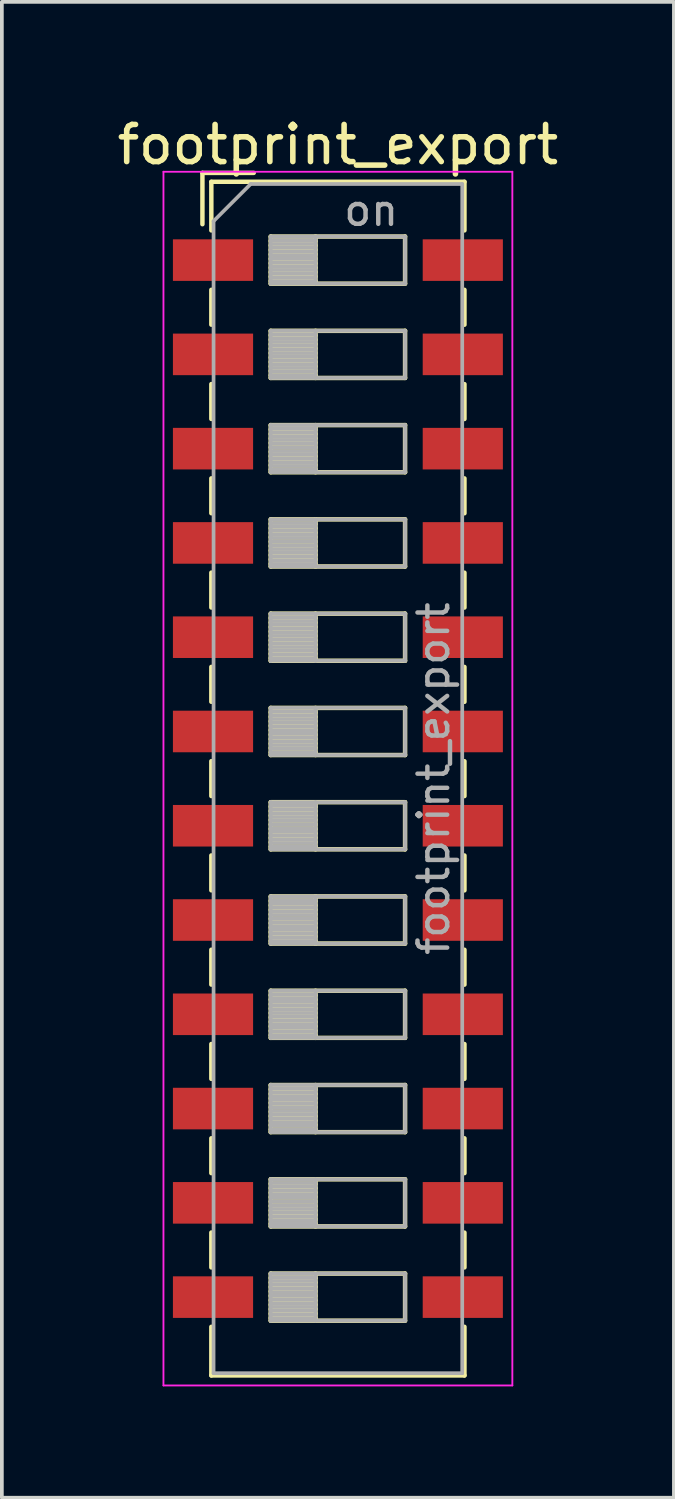
<source format=kicad_pcb>
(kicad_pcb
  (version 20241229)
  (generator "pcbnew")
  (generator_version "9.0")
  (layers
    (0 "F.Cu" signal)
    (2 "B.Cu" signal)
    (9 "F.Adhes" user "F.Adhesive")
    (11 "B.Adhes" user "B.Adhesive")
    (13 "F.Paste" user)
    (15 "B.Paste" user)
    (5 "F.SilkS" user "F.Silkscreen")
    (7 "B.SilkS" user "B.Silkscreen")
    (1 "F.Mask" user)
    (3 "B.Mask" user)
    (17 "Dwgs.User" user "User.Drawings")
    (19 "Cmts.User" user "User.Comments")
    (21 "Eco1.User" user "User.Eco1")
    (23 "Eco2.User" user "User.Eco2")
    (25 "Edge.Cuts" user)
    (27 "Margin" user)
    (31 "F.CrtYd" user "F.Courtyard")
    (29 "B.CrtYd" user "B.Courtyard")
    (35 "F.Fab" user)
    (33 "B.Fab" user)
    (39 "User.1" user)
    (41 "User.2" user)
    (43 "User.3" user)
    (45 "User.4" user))
  (footprint "footprint_export"
    (layer "F.Cu")
    (at 6.054 17.928)
    (property "Reference" "footprint_export" (at 0 -17.08 0) (layer "F.SilkS") (effects (font (size 1 1) (thickness 0.15))))
    (attr smd)
    (fp_line (start -3.65 -16.32) (end -3.65 -14.937) (stroke (width 0.12) (type solid)) (layer "F.SilkS"))
    (fp_line (start -3.65 -16.32) (end -2.267 -16.32) (stroke (width 0.12) (type solid)) (layer "F.SilkS"))
    (fp_line (start -3.41 -16.08) (end -3.41 -14.77) (stroke (width 0.12) (type solid)) (layer "F.SilkS"))
    (fp_line (start -3.41 -16.08) (end 3.41 -16.08) (stroke (width 0.12) (type solid)) (layer "F.SilkS"))
    (fp_line (start -3.41 -13.17) (end -3.41 -12.23) (stroke (width 0.12) (type solid)) (layer "F.SilkS"))
    (fp_line (start -3.41 -10.63) (end -3.41 -9.69) (stroke (width 0.12) (type solid)) (layer "F.SilkS"))
    (fp_line (start -3.41 -8.09) (end -3.41 -7.15) (stroke (width 0.12) (type solid)) (layer "F.SilkS"))
    (fp_line (start -3.41 -5.55) (end -3.41 -4.61) (stroke (width 0.12) (type solid)) (layer "F.SilkS"))
    (fp_line (start -3.41 -3.01) (end -3.41 -2.07) (stroke (width 0.12) (type solid)) (layer "F.SilkS"))
    (fp_line (start -3.41 -0.47) (end -3.41 0.47) (stroke (width 0.12) (type solid)) (layer "F.SilkS"))
    (fp_line (start -3.41 2.07) (end -3.41 3.01) (stroke (width 0.12) (type solid)) (layer "F.SilkS"))
    (fp_line (start -3.41 4.61) (end -3.41 5.55) (stroke (width 0.12) (type solid)) (layer "F.SilkS"))
    (fp_line (start -3.41 7.15) (end -3.41 8.09) (stroke (width 0.12) (type solid)) (layer "F.SilkS"))
    (fp_line (start -3.41 9.69) (end -3.41 10.63) (stroke (width 0.12) (type solid)) (layer "F.SilkS"))
    (fp_line (start -3.41 12.23) (end -3.41 13.17) (stroke (width 0.12) (type solid)) (layer "F.SilkS"))
    (fp_line (start -3.41 14.77) (end -3.41 16.08) (stroke (width 0.12) (type solid)) (layer "F.SilkS"))
    (fp_line (start -3.41 16.08) (end 3.41 16.08) (stroke (width 0.12) (type solid)) (layer "F.SilkS"))
    (fp_line (start -1.81 -14.605) (end -1.81 -13.335) (stroke (width 0.12) (type solid)) (layer "F.SilkS"))
    (fp_line (start -1.81 -14.485) (end -0.603 -14.485) (stroke (width 0.12) (type solid)) (layer "F.SilkS"))
    (fp_line (start -1.81 -14.365) (end -0.603 -14.365) (stroke (width 0.12) (type solid)) (layer "F.SilkS"))
    (fp_line (start -1.81 -14.245) (end -0.603 -14.245) (stroke (width 0.12) (type solid)) (layer "F.SilkS"))
    (fp_line (start -1.81 -14.125) (end -0.603 -14.125) (stroke (width 0.12) (type solid)) (layer "F.SilkS"))
    (fp_line (start -1.81 -14.005) (end -0.603 -14.005) (stroke (width 0.12) (type solid)) (layer "F.SilkS"))
    (fp_line (start -1.81 -13.885) (end -0.603 -13.885) (stroke (width 0.12) (type solid)) (layer "F.SilkS"))
    (fp_line (start -1.81 -13.765) (end -0.603 -13.765) (stroke (width 0.12) (type solid)) (layer "F.SilkS"))
    (fp_line (start -1.81 -13.645) (end -0.603 -13.645) (stroke (width 0.12) (type solid)) (layer "F.SilkS"))
    (fp_line (start -1.81 -13.525) (end -0.603 -13.525) (stroke (width 0.12) (type solid)) (layer "F.SilkS"))
    (fp_line (start -1.81 -13.405) (end -0.603 -13.405) (stroke (width 0.12) (type solid)) (layer "F.SilkS"))
    (fp_line (start -1.81 -13.335) (end 1.81 -13.335) (stroke (width 0.12) (type solid)) (layer "F.SilkS"))
    (fp_line (start -1.81 -12.065) (end -1.81 -10.795) (stroke (width 0.12) (type solid)) (layer "F.SilkS"))
    (fp_line (start -1.81 -11.945) (end -0.603 -11.945) (stroke (width 0.12) (type solid)) (layer "F.SilkS"))
    (fp_line (start -1.81 -11.825) (end -0.603 -11.825) (stroke (width 0.12) (type solid)) (layer "F.SilkS"))
    (fp_line (start -1.81 -11.705) (end -0.603 -11.705) (stroke (width 0.12) (type solid)) (layer "F.SilkS"))
    (fp_line (start -1.81 -11.585) (end -0.603 -11.585) (stroke (width 0.12) (type solid)) (layer "F.SilkS"))
    (fp_line (start -1.81 -11.465) (end -0.603 -11.465) (stroke (width 0.12) (type solid)) (layer "F.SilkS"))
    (fp_line (start -1.81 -11.345) (end -0.603 -11.345) (stroke (width 0.12) (type solid)) (layer "F.SilkS"))
    (fp_line (start -1.81 -11.225) (end -0.603 -11.225) (stroke (width 0.12) (type solid)) (layer "F.SilkS"))
    (fp_line (start -1.81 -11.105) (end -0.603 -11.105) (stroke (width 0.12) (type solid)) (layer "F.SilkS"))
    (fp_line (start -1.81 -10.985) (end -0.603 -10.985) (stroke (width 0.12) (type solid)) (layer "F.SilkS"))
    (fp_line (start -1.81 -10.865) (end -0.603 -10.865) (stroke (width 0.12) (type solid)) (layer "F.SilkS"))
    (fp_line (start -1.81 -10.795) (end 1.81 -10.795) (stroke (width 0.12) (type solid)) (layer "F.SilkS"))
    (fp_line (start -1.81 -9.525) (end -1.81 -8.255) (stroke (width 0.12) (type solid)) (layer "F.SilkS"))
    (fp_line (start -1.81 -9.405) (end -0.603 -9.405) (stroke (width 0.12) (type solid)) (layer "F.SilkS"))
    (fp_line (start -1.81 -9.285) (end -0.603 -9.285) (stroke (width 0.12) (type solid)) (layer "F.SilkS"))
    (fp_line (start -1.81 -9.165) (end -0.603 -9.165) (stroke (width 0.12) (type solid)) (layer "F.SilkS"))
    (fp_line (start -1.81 -9.045) (end -0.603 -9.045) (stroke (width 0.12) (type solid)) (layer "F.SilkS"))
    (fp_line (start -1.81 -8.925) (end -0.603 -8.925) (stroke (width 0.12) (type solid)) (layer "F.SilkS"))
    (fp_line (start -1.81 -8.805) (end -0.603 -8.805) (stroke (width 0.12) (type solid)) (layer "F.SilkS"))
    (fp_line (start -1.81 -8.685) (end -0.603 -8.685) (stroke (width 0.12) (type solid)) (layer "F.SilkS"))
    (fp_line (start -1.81 -8.565) (end -0.603 -8.565) (stroke (width 0.12) (type solid)) (layer "F.SilkS"))
    (fp_line (start -1.81 -8.445) (end -0.603 -8.445) (stroke (width 0.12) (type solid)) (layer "F.SilkS"))
    (fp_line (start -1.81 -8.325) (end -0.603 -8.325) (stroke (width 0.12) (type solid)) (layer "F.SilkS"))
    (fp_line (start -1.81 -8.255) (end 1.81 -8.255) (stroke (width 0.12) (type solid)) (layer "F.SilkS"))
    (fp_line (start -1.81 -6.985) (end -1.81 -5.715) (stroke (width 0.12) (type solid)) (layer "F.SilkS"))
    (fp_line (start -1.81 -6.865) (end -0.603 -6.865) (stroke (width 0.12) (type solid)) (layer "F.SilkS"))
    (fp_line (start -1.81 -6.745) (end -0.603 -6.745) (stroke (width 0.12) (type solid)) (layer "F.SilkS"))
    (fp_line (start -1.81 -6.625) (end -0.603 -6.625) (stroke (width 0.12) (type solid)) (layer "F.SilkS"))
    (fp_line (start -1.81 -6.505) (end -0.603 -6.505) (stroke (width 0.12) (type solid)) (layer "F.SilkS"))
    (fp_line (start -1.81 -6.385) (end -0.603 -6.385) (stroke (width 0.12) (type solid)) (layer "F.SilkS"))
    (fp_line (start -1.81 -6.265) (end -0.603 -6.265) (stroke (width 0.12) (type solid)) (layer "F.SilkS"))
    (fp_line (start -1.81 -6.145) (end -0.603 -6.145) (stroke (width 0.12) (type solid)) (layer "F.SilkS"))
    (fp_line (start -1.81 -6.025) (end -0.603 -6.025) (stroke (width 0.12) (type solid)) (layer "F.SilkS"))
    (fp_line (start -1.81 -5.905) (end -0.603 -5.905) (stroke (width 0.12) (type solid)) (layer "F.SilkS"))
    (fp_line (start -1.81 -5.785) (end -0.603 -5.785) (stroke (width 0.12) (type solid)) (layer "F.SilkS"))
    (fp_line (start -1.81 -5.715) (end 1.81 -5.715) (stroke (width 0.12) (type solid)) (layer "F.SilkS"))
    (fp_line (start -1.81 -4.445) (end -1.81 -3.175) (stroke (width 0.12) (type solid)) (layer "F.SilkS"))
    (fp_line (start -1.81 -4.325) (end -0.603 -4.325) (stroke (width 0.12) (type solid)) (layer "F.SilkS"))
    (fp_line (start -1.81 -4.205) (end -0.603 -4.205) (stroke (width 0.12) (type solid)) (layer "F.SilkS"))
    (fp_line (start -1.81 -4.085) (end -0.603 -4.085) (stroke (width 0.12) (type solid)) (layer "F.SilkS"))
    (fp_line (start -1.81 -3.965) (end -0.603 -3.965) (stroke (width 0.12) (type solid)) (layer "F.SilkS"))
    (fp_line (start -1.81 -3.845) (end -0.603 -3.845) (stroke (width 0.12) (type solid)) (layer "F.SilkS"))
    (fp_line (start -1.81 -3.725) (end -0.603 -3.725) (stroke (width 0.12) (type solid)) (layer "F.SilkS"))
    (fp_line (start -1.81 -3.605) (end -0.603 -3.605) (stroke (width 0.12) (type solid)) (layer "F.SilkS"))
    (fp_line (start -1.81 -3.485) (end -0.603 -3.485) (stroke (width 0.12) (type solid)) (layer "F.SilkS"))
    (fp_line (start -1.81 -3.365) (end -0.603 -3.365) (stroke (width 0.12) (type solid)) (layer "F.SilkS"))
    (fp_line (start -1.81 -3.245) (end -0.603 -3.245) (stroke (width 0.12) (type solid)) (layer "F.SilkS"))
    (fp_line (start -1.81 -3.175) (end 1.81 -3.175) (stroke (width 0.12) (type solid)) (layer "F.SilkS"))
    (fp_line (start -1.81 -1.905) (end -1.81 -0.635) (stroke (width 0.12) (type solid)) (layer "F.SilkS"))
    (fp_line (start -1.81 -1.785) (end -0.603 -1.785) (stroke (width 0.12) (type solid)) (layer "F.SilkS"))
    (fp_line (start -1.81 -1.665) (end -0.603 -1.665) (stroke (width 0.12) (type solid)) (layer "F.SilkS"))
    (fp_line (start -1.81 -1.545) (end -0.603 -1.545) (stroke (width 0.12) (type solid)) (layer "F.SilkS"))
    (fp_line (start -1.81 -1.425) (end -0.603 -1.425) (stroke (width 0.12) (type solid)) (layer "F.SilkS"))
    (fp_line (start -1.81 -1.305) (end -0.603 -1.305) (stroke (width 0.12) (type solid)) (layer "F.SilkS"))
    (fp_line (start -1.81 -1.185) (end -0.603 -1.185) (stroke (width 0.12) (type solid)) (layer "F.SilkS"))
    (fp_line (start -1.81 -1.065) (end -0.603 -1.065) (stroke (width 0.12) (type solid)) (layer "F.SilkS"))
    (fp_line (start -1.81 -0.945) (end -0.603 -0.945) (stroke (width 0.12) (type solid)) (layer "F.SilkS"))
    (fp_line (start -1.81 -0.825) (end -0.603 -0.825) (stroke (width 0.12) (type solid)) (layer "F.SilkS"))
    (fp_line (start -1.81 -0.705) (end -0.603 -0.705) (stroke (width 0.12) (type solid)) (layer "F.SilkS"))
    (fp_line (start -1.81 -0.635) (end 1.81 -0.635) (stroke (width 0.12) (type solid)) (layer "F.SilkS"))
    (fp_line (start -1.81 0.635) (end -1.81 1.905) (stroke (width 0.12) (type solid)) (layer "F.SilkS"))
    (fp_line (start -1.81 0.755) (end -0.603 0.755) (stroke (width 0.12) (type solid)) (layer "F.SilkS"))
    (fp_line (start -1.81 0.875) (end -0.603 0.875) (stroke (width 0.12) (type solid)) (layer "F.SilkS"))
    (fp_line (start -1.81 0.995) (end -0.603 0.995) (stroke (width 0.12) (type solid)) (layer "F.SilkS"))
    (fp_line (start -1.81 1.115) (end -0.603 1.115) (stroke (width 0.12) (type solid)) (layer "F.SilkS"))
    (fp_line (start -1.81 1.235) (end -0.603 1.235) (stroke (width 0.12) (type solid)) (layer "F.SilkS"))
    (fp_line (start -1.81 1.355) (end -0.603 1.355) (stroke (width 0.12) (type solid)) (layer "F.SilkS"))
    (fp_line (start -1.81 1.475) (end -0.603 1.475) (stroke (width 0.12) (type solid)) (layer "F.SilkS"))
    (fp_line (start -1.81 1.595) (end -0.603 1.595) (stroke (width 0.12) (type solid)) (layer "F.SilkS"))
    (fp_line (start -1.81 1.715) (end -0.603 1.715) (stroke (width 0.12) (type solid)) (layer "F.SilkS"))
    (fp_line (start -1.81 1.835) (end -0.603 1.835) (stroke (width 0.12) (type solid)) (layer "F.SilkS"))
    (fp_line (start -1.81 1.905) (end 1.81 1.905) (stroke (width 0.12) (type solid)) (layer "F.SilkS"))
    (fp_line (start -1.81 3.175) (end -1.81 4.445) (stroke (width 0.12) (type solid)) (layer "F.SilkS"))
    (fp_line (start -1.81 3.295) (end -0.603 3.295) (stroke (width 0.12) (type solid)) (layer "F.SilkS"))
    (fp_line (start -1.81 3.415) (end -0.603 3.415) (stroke (width 0.12) (type solid)) (layer "F.SilkS"))
    (fp_line (start -1.81 3.535) (end -0.603 3.535) (stroke (width 0.12) (type solid)) (layer "F.SilkS"))
    (fp_line (start -1.81 3.655) (end -0.603 3.655) (stroke (width 0.12) (type solid)) (layer "F.SilkS"))
    (fp_line (start -1.81 3.775) (end -0.603 3.775) (stroke (width 0.12) (type solid)) (layer "F.SilkS"))
    (fp_line (start -1.81 3.895) (end -0.603 3.895) (stroke (width 0.12) (type solid)) (layer "F.SilkS"))
    (fp_line (start -1.81 4.015) (end -0.603 4.015) (stroke (width 0.12) (type solid)) (layer "F.SilkS"))
    (fp_line (start -1.81 4.135) (end -0.603 4.135) (stroke (width 0.12) (type solid)) (layer "F.SilkS"))
    (fp_line (start -1.81 4.255) (end -0.603 4.255) (stroke (width 0.12) (type solid)) (layer "F.SilkS"))
    (fp_line (start -1.81 4.375) (end -0.603 4.375) (stroke (width 0.12) (type solid)) (layer "F.SilkS"))
    (fp_line (start -1.81 4.445) (end 1.81 4.445) (stroke (width 0.12) (type solid)) (layer "F.SilkS"))
    (fp_line (start -1.81 5.715) (end -1.81 6.985) (stroke (width 0.12) (type solid)) (layer "F.SilkS"))
    (fp_line (start -1.81 5.835) (end -0.603 5.835) (stroke (width 0.12) (type solid)) (layer "F.SilkS"))
    (fp_line (start -1.81 5.955) (end -0.603 5.955) (stroke (width 0.12) (type solid)) (layer "F.SilkS"))
    (fp_line (start -1.81 6.075) (end -0.603 6.075) (stroke (width 0.12) (type solid)) (layer "F.SilkS"))
    (fp_line (start -1.81 6.195) (end -0.603 6.195) (stroke (width 0.12) (type solid)) (layer "F.SilkS"))
    (fp_line (start -1.81 6.315) (end -0.603 6.315) (stroke (width 0.12) (type solid)) (layer "F.SilkS"))
    (fp_line (start -1.81 6.435) (end -0.603 6.435) (stroke (width 0.12) (type solid)) (layer "F.SilkS"))
    (fp_line (start -1.81 6.555) (end -0.603 6.555) (stroke (width 0.12) (type solid)) (layer "F.SilkS"))
    (fp_line (start -1.81 6.675) (end -0.603 6.675) (stroke (width 0.12) (type solid)) (layer "F.SilkS"))
    (fp_line (start -1.81 6.795) (end -0.603 6.795) (stroke (width 0.12) (type solid)) (layer "F.SilkS"))
    (fp_line (start -1.81 6.915) (end -0.603 6.915) (stroke (width 0.12) (type solid)) (layer "F.SilkS"))
    (fp_line (start -1.81 6.985) (end 1.81 6.985) (stroke (width 0.12) (type solid)) (layer "F.SilkS"))
    (fp_line (start -1.81 8.255) (end -1.81 9.525) (stroke (width 0.12) (type solid)) (layer "F.SilkS"))
    (fp_line (start -1.81 8.375) (end -0.603 8.375) (stroke (width 0.12) (type solid)) (layer "F.SilkS"))
    (fp_line (start -1.81 8.495) (end -0.603 8.495) (stroke (width 0.12) (type solid)) (layer "F.SilkS"))
    (fp_line (start -1.81 8.615) (end -0.603 8.615) (stroke (width 0.12) (type solid)) (layer "F.SilkS"))
    (fp_line (start -1.81 8.735) (end -0.603 8.735) (stroke (width 0.12) (type solid)) (layer "F.SilkS"))
    (fp_line (start -1.81 8.855) (end -0.603 8.855) (stroke (width 0.12) (type solid)) (layer "F.SilkS"))
    (fp_line (start -1.81 8.975) (end -0.603 8.975) (stroke (width 0.12) (type solid)) (layer "F.SilkS"))
    (fp_line (start -1.81 9.095) (end -0.603 9.095) (stroke (width 0.12) (type solid)) (layer "F.SilkS"))
    (fp_line (start -1.81 9.215) (end -0.603 9.215) (stroke (width 0.12) (type solid)) (layer "F.SilkS"))
    (fp_line (start -1.81 9.335) (end -0.603 9.335) (stroke (width 0.12) (type solid)) (layer "F.SilkS"))
    (fp_line (start -1.81 9.455) (end -0.603 9.455) (stroke (width 0.12) (type solid)) (layer "F.SilkS"))
    (fp_line (start -1.81 9.525) (end 1.81 9.525) (stroke (width 0.12) (type solid)) (layer "F.SilkS"))
    (fp_line (start -1.81 10.795) (end -1.81 12.065) (stroke (width 0.12) (type solid)) (layer "F.SilkS"))
    (fp_line (start -1.81 10.915) (end -0.603 10.915) (stroke (width 0.12) (type solid)) (layer "F.SilkS"))
    (fp_line (start -1.81 11.035) (end -0.603 11.035) (stroke (width 0.12) (type solid)) (layer "F.SilkS"))
    (fp_line (start -1.81 11.155) (end -0.603 11.155) (stroke (width 0.12) (type solid)) (layer "F.SilkS"))
    (fp_line (start -1.81 11.275) (end -0.603 11.275) (stroke (width 0.12) (type solid)) (layer "F.SilkS"))
    (fp_line (start -1.81 11.395) (end -0.603 11.395) (stroke (width 0.12) (type solid)) (layer "F.SilkS"))
    (fp_line (start -1.81 11.515) (end -0.603 11.515) (stroke (width 0.12) (type solid)) (layer "F.SilkS"))
    (fp_line (start -1.81 11.635) (end -0.603 11.635) (stroke (width 0.12) (type solid)) (layer "F.SilkS"))
    (fp_line (start -1.81 11.755) (end -0.603 11.755) (stroke (width 0.12) (type solid)) (layer "F.SilkS"))
    (fp_line (start -1.81 11.875) (end -0.603 11.875) (stroke (width 0.12) (type solid)) (layer "F.SilkS"))
    (fp_line (start -1.81 11.995) (end -0.603 11.995) (stroke (width 0.12) (type solid)) (layer "F.SilkS"))
    (fp_line (start -1.81 12.065) (end 1.81 12.065) (stroke (width 0.12) (type solid)) (layer "F.SilkS"))
    (fp_line (start -1.81 13.335) (end -1.81 14.605) (stroke (width 0.12) (type solid)) (layer "F.SilkS"))
    (fp_line (start -1.81 13.455) (end -0.603 13.455) (stroke (width 0.12) (type solid)) (layer "F.SilkS"))
    (fp_line (start -1.81 13.575) (end -0.603 13.575) (stroke (width 0.12) (type solid)) (layer "F.SilkS"))
    (fp_line (start -1.81 13.695) (end -0.603 13.695) (stroke (width 0.12) (type solid)) (layer "F.SilkS"))
    (fp_line (start -1.81 13.815) (end -0.603 13.815) (stroke (width 0.12) (type solid)) (layer "F.SilkS"))
    (fp_line (start -1.81 13.935) (end -0.603 13.935) (stroke (width 0.12) (type solid)) (layer "F.SilkS"))
    (fp_line (start -1.81 14.055) (end -0.603 14.055) (stroke (width 0.12) (type solid)) (layer "F.SilkS"))
    (fp_line (start -1.81 14.175) (end -0.603 14.175) (stroke (width 0.12) (type solid)) (layer "F.SilkS"))
    (fp_line (start -1.81 14.295) (end -0.603 14.295) (stroke (width 0.12) (type solid)) (layer "F.SilkS"))
    (fp_line (start -1.81 14.415) (end -0.603 14.415) (stroke (width 0.12) (type solid)) (layer "F.SilkS"))
    (fp_line (start -1.81 14.535) (end -0.603 14.535) (stroke (width 0.12) (type solid)) (layer "F.SilkS"))
    (fp_line (start -1.81 14.605) (end 1.81 14.605) (stroke (width 0.12) (type solid)) (layer "F.SilkS"))
    (fp_line (start -0.603 -14.605) (end -0.603 -13.335) (stroke (width 0.12) (type solid)) (layer "F.SilkS"))
    (fp_line (start -0.603 -12.065) (end -0.603 -10.795) (stroke (width 0.12) (type solid)) (layer "F.SilkS"))
    (fp_line (start -0.603 -9.525) (end -0.603 -8.255) (stroke (width 0.12) (type solid)) (layer "F.SilkS"))
    (fp_line (start -0.603 -6.985) (end -0.603 -5.715) (stroke (width 0.12) (type solid)) (layer "F.SilkS"))
    (fp_line (start -0.603 -4.445) (end -0.603 -3.175) (stroke (width 0.12) (type solid)) (layer "F.SilkS"))
    (fp_line (start -0.603 -1.905) (end -0.603 -0.635) (stroke (width 0.12) (type solid)) (layer "F.SilkS"))
    (fp_line (start -0.603 0.635) (end -0.603 1.905) (stroke (width 0.12) (type solid)) (layer "F.SilkS"))
    (fp_line (start -0.603 3.175) (end -0.603 4.445) (stroke (width 0.12) (type solid)) (layer "F.SilkS"))
    (fp_line (start -0.603 5.715) (end -0.603 6.985) (stroke (width 0.12) (type solid)) (layer "F.SilkS"))
    (fp_line (start -0.603 8.255) (end -0.603 9.525) (stroke (width 0.12) (type solid)) (layer "F.SilkS"))
    (fp_line (start -0.603 10.795) (end -0.603 12.065) (stroke (width 0.12) (type solid)) (layer "F.SilkS"))
    (fp_line (start -0.603 13.335) (end -0.603 14.605) (stroke (width 0.12) (type solid)) (layer "F.SilkS"))
    (fp_line (start 1.81 -14.605) (end -1.81 -14.605) (stroke (width 0.12) (type solid)) (layer "F.SilkS"))
    (fp_line (start 1.81 -13.335) (end 1.81 -14.605) (stroke (width 0.12) (type solid)) (layer "F.SilkS"))
    (fp_line (start 1.81 -12.065) (end -1.81 -12.065) (stroke (width 0.12) (type solid)) (layer "F.SilkS"))
    (fp_line (start 1.81 -10.795) (end 1.81 -12.065) (stroke (width 0.12) (type solid)) (layer "F.SilkS"))
    (fp_line (start 1.81 -9.525) (end -1.81 -9.525) (stroke (width 0.12) (type solid)) (layer "F.SilkS"))
    (fp_line (start 1.81 -8.255) (end 1.81 -9.525) (stroke (width 0.12) (type solid)) (layer "F.SilkS"))
    (fp_line (start 1.81 -6.985) (end -1.81 -6.985) (stroke (width 0.12) (type solid)) (layer "F.SilkS"))
    (fp_line (start 1.81 -5.715) (end 1.81 -6.985) (stroke (width 0.12) (type solid)) (layer "F.SilkS"))
    (fp_line (start 1.81 -4.445) (end -1.81 -4.445) (stroke (width 0.12) (type solid)) (layer "F.SilkS"))
    (fp_line (start 1.81 -3.175) (end 1.81 -4.445) (stroke (width 0.12) (type solid)) (layer "F.SilkS"))
    (fp_line (start 1.81 -1.905) (end -1.81 -1.905) (stroke (width 0.12) (type solid)) (layer "F.SilkS"))
    (fp_line (start 1.81 -0.635) (end 1.81 -1.905) (stroke (width 0.12) (type solid)) (layer "F.SilkS"))
    (fp_line (start 1.81 0.635) (end -1.81 0.635) (stroke (width 0.12) (type solid)) (layer "F.SilkS"))
    (fp_line (start 1.81 1.905) (end 1.81 0.635) (stroke (width 0.12) (type solid)) (layer "F.SilkS"))
    (fp_line (start 1.81 3.175) (end -1.81 3.175) (stroke (width 0.12) (type solid)) (layer "F.SilkS"))
    (fp_line (start 1.81 4.445) (end 1.81 3.175) (stroke (width 0.12) (type solid)) (layer "F.SilkS"))
    (fp_line (start 1.81 5.715) (end -1.81 5.715) (stroke (width 0.12) (type solid)) (layer "F.SilkS"))
    (fp_line (start 1.81 6.985) (end 1.81 5.715) (stroke (width 0.12) (type solid)) (layer "F.SilkS"))
    (fp_line (start 1.81 8.255) (end -1.81 8.255) (stroke (width 0.12) (type solid)) (layer "F.SilkS"))
    (fp_line (start 1.81 9.525) (end 1.81 8.255) (stroke (width 0.12) (type solid)) (layer "F.SilkS"))
    (fp_line (start 1.81 10.795) (end -1.81 10.795) (stroke (width 0.12) (type solid)) (layer "F.SilkS"))
    (fp_line (start 1.81 12.065) (end 1.81 10.795) (stroke (width 0.12) (type solid)) (layer "F.SilkS"))
    (fp_line (start 1.81 13.335) (end -1.81 13.335) (stroke (width 0.12) (type solid)) (layer "F.SilkS"))
    (fp_line (start 1.81 14.605) (end 1.81 13.335) (stroke (width 0.12) (type solid)) (layer "F.SilkS"))
    (fp_line (start 3.41 -16.08) (end 3.41 -14.77) (stroke (width 0.12) (type solid)) (layer "F.SilkS"))
    (fp_line (start 3.41 -13.169) (end 3.41 -12.229) (stroke (width 0.12) (type solid)) (layer "F.SilkS"))
    (fp_line (start 3.41 -10.629) (end 3.41 -9.689) (stroke (width 0.12) (type solid)) (layer "F.SilkS"))
    (fp_line (start 3.41 -8.089) (end 3.41 -7.149) (stroke (width 0.12) (type solid)) (layer "F.SilkS"))
    (fp_line (start 3.41 -5.549) (end 3.41 -4.609) (stroke (width 0.12) (type solid)) (layer "F.SilkS"))
    (fp_line (start 3.41 -3.009) (end 3.41 -2.069) (stroke (width 0.12) (type solid)) (layer "F.SilkS"))
    (fp_line (start 3.41 -0.469) (end 3.41 0.471) (stroke (width 0.12) (type solid)) (layer "F.SilkS"))
    (fp_line (start 3.41 2.071) (end 3.41 3.011) (stroke (width 0.12) (type solid)) (layer "F.SilkS"))
    (fp_line (start 3.41 4.611) (end 3.41 5.551) (stroke (width 0.12) (type solid)) (layer "F.SilkS"))
    (fp_line (start 3.41 7.151) (end 3.41 8.09) (stroke (width 0.12) (type solid)) (layer "F.SilkS"))
    (fp_line (start 3.41 9.691) (end 3.41 10.63) (stroke (width 0.12) (type solid)) (layer "F.SilkS"))
    (fp_line (start 3.41 12.231) (end 3.41 13.17) (stroke (width 0.12) (type solid)) (layer "F.SilkS"))
    (fp_line (start 3.41 14.77) (end 3.41 16.08) (stroke (width 0.12) (type solid)) (layer "F.SilkS"))
    (fp_line (start -4.7 -16.35) (end -4.7 16.35) (stroke (width 0.05) (type solid)) (layer "F.CrtYd"))
    (fp_line (start -4.7 16.35) (end 4.7 16.35) (stroke (width 0.05) (type solid)) (layer "F.CrtYd"))
    (fp_line (start 4.7 -16.35) (end -4.7 -16.35) (stroke (width 0.05) (type solid)) (layer "F.CrtYd"))
    (fp_line (start 4.7 16.35) (end 4.7 -16.35) (stroke (width 0.05) (type solid)) (layer "F.CrtYd"))
    (fp_line (start -3.35 -15.02) (end -2.35 -16.02) (stroke (width 0.1) (type solid)) (layer "F.Fab"))
    (fp_line (start -3.35 16.02) (end -3.35 -15.02) (stroke (width 0.1) (type solid)) (layer "F.Fab"))
    (fp_line (start -2.35 -16.02) (end 3.35 -16.02) (stroke (width 0.1) (type solid)) (layer "F.Fab"))
    (fp_line (start -1.81 -14.605) (end -1.81 -13.335) (stroke (width 0.1) (type solid)) (layer "F.Fab"))
    (fp_line (start -1.81 -14.505) (end -0.603 -14.505) (stroke (width 0.1) (type solid)) (layer "F.Fab"))
    (fp_line (start -1.81 -14.405) (end -0.603 -14.405) (stroke (width 0.1) (type solid)) (layer "F.Fab"))
    (fp_line (start -1.81 -14.305) (end -0.603 -14.305) (stroke (width 0.1) (type solid)) (layer "F.Fab"))
    (fp_line (start -1.81 -14.205) (end -0.603 -14.205) (stroke (width 0.1) (type solid)) (layer "F.Fab"))
    (fp_line (start -1.81 -14.105) (end -0.603 -14.105) (stroke (width 0.1) (type solid)) (layer "F.Fab"))
    (fp_line (start -1.81 -14.005) (end -0.603 -14.005) (stroke (width 0.1) (type solid)) (layer "F.Fab"))
    (fp_line (start -1.81 -13.905) (end -0.603 -13.905) (stroke (width 0.1) (type solid)) (layer "F.Fab"))
    (fp_line (start -1.81 -13.805) (end -0.603 -13.805) (stroke (width 0.1) (type solid)) (layer "F.Fab"))
    (fp_line (start -1.81 -13.705) (end -0.603 -13.705) (stroke (width 0.1) (type solid)) (layer "F.Fab"))
    (fp_line (start -1.81 -13.605) (end -0.603 -13.605) (stroke (width 0.1) (type solid)) (layer "F.Fab"))
    (fp_line (start -1.81 -13.505) (end -0.603 -13.505) (stroke (width 0.1) (type solid)) (layer "F.Fab"))
    (fp_line (start -1.81 -13.405) (end -0.603 -13.405) (stroke (width 0.1) (type solid)) (layer "F.Fab"))
    (fp_line (start -1.81 -13.335) (end 1.81 -13.335) (stroke (width 0.1) (type solid)) (layer "F.Fab"))
    (fp_line (start -1.81 -12.065) (end -1.81 -10.795) (stroke (width 0.1) (type solid)) (layer "F.Fab"))
    (fp_line (start -1.81 -11.965) (end -0.603 -11.965) (stroke (width 0.1) (type solid)) (layer "F.Fab"))
    (fp_line (start -1.81 -11.865) (end -0.603 -11.865) (stroke (width 0.1) (type solid)) (layer "F.Fab"))
    (fp_line (start -1.81 -11.765) (end -0.603 -11.765) (stroke (width 0.1) (type solid)) (layer "F.Fab"))
    (fp_line (start -1.81 -11.665) (end -0.603 -11.665) (stroke (width 0.1) (type solid)) (layer "F.Fab"))
    (fp_line (start -1.81 -11.565) (end -0.603 -11.565) (stroke (width 0.1) (type solid)) (layer "F.Fab"))
    (fp_line (start -1.81 -11.465) (end -0.603 -11.465) (stroke (width 0.1) (type solid)) (layer "F.Fab"))
    (fp_line (start -1.81 -11.365) (end -0.603 -11.365) (stroke (width 0.1) (type solid)) (layer "F.Fab"))
    (fp_line (start -1.81 -11.265) (end -0.603 -11.265) (stroke (width 0.1) (type solid)) (layer "F.Fab"))
    (fp_line (start -1.81 -11.165) (end -0.603 -11.165) (stroke (width 0.1) (type solid)) (layer "F.Fab"))
    (fp_line (start -1.81 -11.065) (end -0.603 -11.065) (stroke (width 0.1) (type solid)) (layer "F.Fab"))
    (fp_line (start -1.81 -10.965) (end -0.603 -10.965) (stroke (width 0.1) (type solid)) (layer "F.Fab"))
    (fp_line (start -1.81 -10.865) (end -0.603 -10.865) (stroke (width 0.1) (type solid)) (layer "F.Fab"))
    (fp_line (start -1.81 -10.795) (end 1.81 -10.795) (stroke (width 0.1) (type solid)) (layer "F.Fab"))
    (fp_line (start -1.81 -9.525) (end -1.81 -8.255) (stroke (width 0.1) (type solid)) (layer "F.Fab"))
    (fp_line (start -1.81 -9.425) (end -0.603 -9.425) (stroke (width 0.1) (type solid)) (layer "F.Fab"))
    (fp_line (start -1.81 -9.325) (end -0.603 -9.325) (stroke (width 0.1) (type solid)) (layer "F.Fab"))
    (fp_line (start -1.81 -9.225) (end -0.603 -9.225) (stroke (width 0.1) (type solid)) (layer "F.Fab"))
    (fp_line (start -1.81 -9.125) (end -0.603 -9.125) (stroke (width 0.1) (type solid)) (layer "F.Fab"))
    (fp_line (start -1.81 -9.025) (end -0.603 -9.025) (stroke (width 0.1) (type solid)) (layer "F.Fab"))
    (fp_line (start -1.81 -8.925) (end -0.603 -8.925) (stroke (width 0.1) (type solid)) (layer "F.Fab"))
    (fp_line (start -1.81 -8.825) (end -0.603 -8.825) (stroke (width 0.1) (type solid)) (layer "F.Fab"))
    (fp_line (start -1.81 -8.725) (end -0.603 -8.725) (stroke (width 0.1) (type solid)) (layer "F.Fab"))
    (fp_line (start -1.81 -8.625) (end -0.603 -8.625) (stroke (width 0.1) (type solid)) (layer "F.Fab"))
    (fp_line (start -1.81 -8.525) (end -0.603 -8.525) (stroke (width 0.1) (type solid)) (layer "F.Fab"))
    (fp_line (start -1.81 -8.425) (end -0.603 -8.425) (stroke (width 0.1) (type solid)) (layer "F.Fab"))
    (fp_line (start -1.81 -8.325) (end -0.603 -8.325) (stroke (width 0.1) (type solid)) (layer "F.Fab"))
    (fp_line (start -1.81 -8.255) (end 1.81 -8.255) (stroke (width 0.1) (type solid)) (layer "F.Fab"))
    (fp_line (start -1.81 -6.985) (end -1.81 -5.715) (stroke (width 0.1) (type solid)) (layer "F.Fab"))
    (fp_line (start -1.81 -6.885) (end -0.603 -6.885) (stroke (width 0.1) (type solid)) (layer "F.Fab"))
    (fp_line (start -1.81 -6.785) (end -0.603 -6.785) (stroke (width 0.1) (type solid)) (layer "F.Fab"))
    (fp_line (start -1.81 -6.685) (end -0.603 -6.685) (stroke (width 0.1) (type solid)) (layer "F.Fab"))
    (fp_line (start -1.81 -6.585) (end -0.603 -6.585) (stroke (width 0.1) (type solid)) (layer "F.Fab"))
    (fp_line (start -1.81 -6.485) (end -0.603 -6.485) (stroke (width 0.1) (type solid)) (layer "F.Fab"))
    (fp_line (start -1.81 -6.385) (end -0.603 -6.385) (stroke (width 0.1) (type solid)) (layer "F.Fab"))
    (fp_line (start -1.81 -6.285) (end -0.603 -6.285) (stroke (width 0.1) (type solid)) (layer "F.Fab"))
    (fp_line (start -1.81 -6.185) (end -0.603 -6.185) (stroke (width 0.1) (type solid)) (layer "F.Fab"))
    (fp_line (start -1.81 -6.085) (end -0.603 -6.085) (stroke (width 0.1) (type solid)) (layer "F.Fab"))
    (fp_line (start -1.81 -5.985) (end -0.603 -5.985) (stroke (width 0.1) (type solid)) (layer "F.Fab"))
    (fp_line (start -1.81 -5.885) (end -0.603 -5.885) (stroke (width 0.1) (type solid)) (layer "F.Fab"))
    (fp_line (start -1.81 -5.785) (end -0.603 -5.785) (stroke (width 0.1) (type solid)) (layer "F.Fab"))
    (fp_line (start -1.81 -5.715) (end 1.81 -5.715) (stroke (width 0.1) (type solid)) (layer "F.Fab"))
    (fp_line (start -1.81 -4.445) (end -1.81 -3.175) (stroke (width 0.1) (type solid)) (layer "F.Fab"))
    (fp_line (start -1.81 -4.345) (end -0.603 -4.345) (stroke (width 0.1) (type solid)) (layer "F.Fab"))
    (fp_line (start -1.81 -4.245) (end -0.603 -4.245) (stroke (width 0.1) (type solid)) (layer "F.Fab"))
    (fp_line (start -1.81 -4.145) (end -0.603 -4.145) (stroke (width 0.1) (type solid)) (layer "F.Fab"))
    (fp_line (start -1.81 -4.045) (end -0.603 -4.045) (stroke (width 0.1) (type solid)) (layer "F.Fab"))
    (fp_line (start -1.81 -3.945) (end -0.603 -3.945) (stroke (width 0.1) (type solid)) (layer "F.Fab"))
    (fp_line (start -1.81 -3.845) (end -0.603 -3.845) (stroke (width 0.1) (type solid)) (layer "F.Fab"))
    (fp_line (start -1.81 -3.745) (end -0.603 -3.745) (stroke (width 0.1) (type solid)) (layer "F.Fab"))
    (fp_line (start -1.81 -3.645) (end -0.603 -3.645) (stroke (width 0.1) (type solid)) (layer "F.Fab"))
    (fp_line (start -1.81 -3.545) (end -0.603 -3.545) (stroke (width 0.1) (type solid)) (layer "F.Fab"))
    (fp_line (start -1.81 -3.445) (end -0.603 -3.445) (stroke (width 0.1) (type solid)) (layer "F.Fab"))
    (fp_line (start -1.81 -3.345) (end -0.603 -3.345) (stroke (width 0.1) (type solid)) (layer "F.Fab"))
    (fp_line (start -1.81 -3.245) (end -0.603 -3.245) (stroke (width 0.1) (type solid)) (layer "F.Fab"))
    (fp_line (start -1.81 -3.175) (end 1.81 -3.175) (stroke (width 0.1) (type solid)) (layer "F.Fab"))
    (fp_line (start -1.81 -1.905) (end -1.81 -0.635) (stroke (width 0.1) (type solid)) (layer "F.Fab"))
    (fp_line (start -1.81 -1.805) (end -0.603 -1.805) (stroke (width 0.1) (type solid)) (layer "F.Fab"))
    (fp_line (start -1.81 -1.705) (end -0.603 -1.705) (stroke (width 0.1) (type solid)) (layer "F.Fab"))
    (fp_line (start -1.81 -1.605) (end -0.603 -1.605) (stroke (width 0.1) (type solid)) (layer "F.Fab"))
    (fp_line (start -1.81 -1.505) (end -0.603 -1.505) (stroke (width 0.1) (type solid)) (layer "F.Fab"))
    (fp_line (start -1.81 -1.405) (end -0.603 -1.405) (stroke (width 0.1) (type solid)) (layer "F.Fab"))
    (fp_line (start -1.81 -1.305) (end -0.603 -1.305) (stroke (width 0.1) (type solid)) (layer "F.Fab"))
    (fp_line (start -1.81 -1.205) (end -0.603 -1.205) (stroke (width 0.1) (type solid)) (layer "F.Fab"))
    (fp_line (start -1.81 -1.105) (end -0.603 -1.105) (stroke (width 0.1) (type solid)) (layer "F.Fab"))
    (fp_line (start -1.81 -1.005) (end -0.603 -1.005) (stroke (width 0.1) (type solid)) (layer "F.Fab"))
    (fp_line (start -1.81 -0.905) (end -0.603 -0.905) (stroke (width 0.1) (type solid)) (layer "F.Fab"))
    (fp_line (start -1.81 -0.805) (end -0.603 -0.805) (stroke (width 0.1) (type solid)) (layer "F.Fab"))
    (fp_line (start -1.81 -0.705) (end -0.603 -0.705) (stroke (width 0.1) (type solid)) (layer "F.Fab"))
    (fp_line (start -1.81 -0.635) (end 1.81 -0.635) (stroke (width 0.1) (type solid)) (layer "F.Fab"))
    (fp_line (start -1.81 0.635) (end -1.81 1.905) (stroke (width 0.1) (type solid)) (layer "F.Fab"))
    (fp_line (start -1.81 0.735) (end -0.603 0.735) (stroke (width 0.1) (type solid)) (layer "F.Fab"))
    (fp_line (start -1.81 0.835) (end -0.603 0.835) (stroke (width 0.1) (type solid)) (layer "F.Fab"))
    (fp_line (start -1.81 0.935) (end -0.603 0.935) (stroke (width 0.1) (type solid)) (layer "F.Fab"))
    (fp_line (start -1.81 1.035) (end -0.603 1.035) (stroke (width 0.1) (type solid)) (layer "F.Fab"))
    (fp_line (start -1.81 1.135) (end -0.603 1.135) (stroke (width 0.1) (type solid)) (layer "F.Fab"))
    (fp_line (start -1.81 1.235) (end -0.603 1.235) (stroke (width 0.1) (type solid)) (layer "F.Fab"))
    (fp_line (start -1.81 1.335) (end -0.603 1.335) (stroke (width 0.1) (type solid)) (layer "F.Fab"))
    (fp_line (start -1.81 1.435) (end -0.603 1.435) (stroke (width 0.1) (type solid)) (layer "F.Fab"))
    (fp_line (start -1.81 1.535) (end -0.603 1.535) (stroke (width 0.1) (type solid)) (layer "F.Fab"))
    (fp_line (start -1.81 1.635) (end -0.603 1.635) (stroke (width 0.1) (type solid)) (layer "F.Fab"))
    (fp_line (start -1.81 1.735) (end -0.603 1.735) (stroke (width 0.1) (type solid)) (layer "F.Fab"))
    (fp_line (start -1.81 1.835) (end -0.603 1.835) (stroke (width 0.1) (type solid)) (layer "F.Fab"))
    (fp_line (start -1.81 1.905) (end 1.81 1.905) (stroke (width 0.1) (type solid)) (layer "F.Fab"))
    (fp_line (start -1.81 3.175) (end -1.81 4.445) (stroke (width 0.1) (type solid)) (layer "F.Fab"))
    (fp_line (start -1.81 3.275) (end -0.603 3.275) (stroke (width 0.1) (type solid)) (layer "F.Fab"))
    (fp_line (start -1.81 3.375) (end -0.603 3.375) (stroke (width 0.1) (type solid)) (layer "F.Fab"))
    (fp_line (start -1.81 3.475) (end -0.603 3.475) (stroke (width 0.1) (type solid)) (layer "F.Fab"))
    (fp_line (start -1.81 3.575) (end -0.603 3.575) (stroke (width 0.1) (type solid)) (layer "F.Fab"))
    (fp_line (start -1.81 3.675) (end -0.603 3.675) (stroke (width 0.1) (type solid)) (layer "F.Fab"))
    (fp_line (start -1.81 3.775) (end -0.603 3.775) (stroke (width 0.1) (type solid)) (layer "F.Fab"))
    (fp_line (start -1.81 3.875) (end -0.603 3.875) (stroke (width 0.1) (type solid)) (layer "F.Fab"))
    (fp_line (start -1.81 3.975) (end -0.603 3.975) (stroke (width 0.1) (type solid)) (layer "F.Fab"))
    (fp_line (start -1.81 4.075) (end -0.603 4.075) (stroke (width 0.1) (type solid)) (layer "F.Fab"))
    (fp_line (start -1.81 4.175) (end -0.603 4.175) (stroke (width 0.1) (type solid)) (layer "F.Fab"))
    (fp_line (start -1.81 4.275) (end -0.603 4.275) (stroke (width 0.1) (type solid)) (layer "F.Fab"))
    (fp_line (start -1.81 4.375) (end -0.603 4.375) (stroke (width 0.1) (type solid)) (layer "F.Fab"))
    (fp_line (start -1.81 4.445) (end 1.81 4.445) (stroke (width 0.1) (type solid)) (layer "F.Fab"))
    (fp_line (start -1.81 5.715) (end -1.81 6.985) (stroke (width 0.1) (type solid)) (layer "F.Fab"))
    (fp_line (start -1.81 5.815) (end -0.603 5.815) (stroke (width 0.1) (type solid)) (layer "F.Fab"))
    (fp_line (start -1.81 5.915) (end -0.603 5.915) (stroke (width 0.1) (type solid)) (layer "F.Fab"))
    (fp_line (start -1.81 6.015) (end -0.603 6.015) (stroke (width 0.1) (type solid)) (layer "F.Fab"))
    (fp_line (start -1.81 6.115) (end -0.603 6.115) (stroke (width 0.1) (type solid)) (layer "F.Fab"))
    (fp_line (start -1.81 6.215) (end -0.603 6.215) (stroke (width 0.1) (type solid)) (layer "F.Fab"))
    (fp_line (start -1.81 6.315) (end -0.603 6.315) (stroke (width 0.1) (type solid)) (layer "F.Fab"))
    (fp_line (start -1.81 6.415) (end -0.603 6.415) (stroke (width 0.1) (type solid)) (layer "F.Fab"))
    (fp_line (start -1.81 6.515) (end -0.603 6.515) (stroke (width 0.1) (type solid)) (layer "F.Fab"))
    (fp_line (start -1.81 6.615) (end -0.603 6.615) (stroke (width 0.1) (type solid)) (layer "F.Fab"))
    (fp_line (start -1.81 6.715) (end -0.603 6.715) (stroke (width 0.1) (type solid)) (layer "F.Fab"))
    (fp_line (start -1.81 6.815) (end -0.603 6.815) (stroke (width 0.1) (type solid)) (layer "F.Fab"))
    (fp_line (start -1.81 6.915) (end -0.603 6.915) (stroke (width 0.1) (type solid)) (layer "F.Fab"))
    (fp_line (start -1.81 6.985) (end 1.81 6.985) (stroke (width 0.1) (type solid)) (layer "F.Fab"))
    (fp_line (start -1.81 8.255) (end -1.81 9.525) (stroke (width 0.1) (type solid)) (layer "F.Fab"))
    (fp_line (start -1.81 8.355) (end -0.603 8.355) (stroke (width 0.1) (type solid)) (layer "F.Fab"))
    (fp_line (start -1.81 8.455) (end -0.603 8.455) (stroke (width 0.1) (type solid)) (layer "F.Fab"))
    (fp_line (start -1.81 8.555) (end -0.603 8.555) (stroke (width 0.1) (type solid)) (layer "F.Fab"))
    (fp_line (start -1.81 8.655) (end -0.603 8.655) (stroke (width 0.1) (type solid)) (layer "F.Fab"))
    (fp_line (start -1.81 8.755) (end -0.603 8.755) (stroke (width 0.1) (type solid)) (layer "F.Fab"))
    (fp_line (start -1.81 8.855) (end -0.603 8.855) (stroke (width 0.1) (type solid)) (layer "F.Fab"))
    (fp_line (start -1.81 8.955) (end -0.603 8.955) (stroke (width 0.1) (type solid)) (layer "F.Fab"))
    (fp_line (start -1.81 9.055) (end -0.603 9.055) (stroke (width 0.1) (type solid)) (layer "F.Fab"))
    (fp_line (start -1.81 9.155) (end -0.603 9.155) (stroke (width 0.1) (type solid)) (layer "F.Fab"))
    (fp_line (start -1.81 9.255) (end -0.603 9.255) (stroke (width 0.1) (type solid)) (layer "F.Fab"))
    (fp_line (start -1.81 9.355) (end -0.603 9.355) (stroke (width 0.1) (type solid)) (layer "F.Fab"))
    (fp_line (start -1.81 9.455) (end -0.603 9.455) (stroke (width 0.1) (type solid)) (layer "F.Fab"))
    (fp_line (start -1.81 9.525) (end 1.81 9.525) (stroke (width 0.1) (type solid)) (layer "F.Fab"))
    (fp_line (start -1.81 10.795) (end -1.81 12.065) (stroke (width 0.1) (type solid)) (layer "F.Fab"))
    (fp_line (start -1.81 10.895) (end -0.603 10.895) (stroke (width 0.1) (type solid)) (layer "F.Fab"))
    (fp_line (start -1.81 10.995) (end -0.603 10.995) (stroke (width 0.1) (type solid)) (layer "F.Fab"))
    (fp_line (start -1.81 11.095) (end -0.603 11.095) (stroke (width 0.1) (type solid)) (layer "F.Fab"))
    (fp_line (start -1.81 11.195) (end -0.603 11.195) (stroke (width 0.1) (type solid)) (layer "F.Fab"))
    (fp_line (start -1.81 11.295) (end -0.603 11.295) (stroke (width 0.1) (type solid)) (layer "F.Fab"))
    (fp_line (start -1.81 11.395) (end -0.603 11.395) (stroke (width 0.1) (type solid)) (layer "F.Fab"))
    (fp_line (start -1.81 11.495) (end -0.603 11.495) (stroke (width 0.1) (type solid)) (layer "F.Fab"))
    (fp_line (start -1.81 11.595) (end -0.603 11.595) (stroke (width 0.1) (type solid)) (layer "F.Fab"))
    (fp_line (start -1.81 11.695) (end -0.603 11.695) (stroke (width 0.1) (type solid)) (layer "F.Fab"))
    (fp_line (start -1.81 11.795) (end -0.603 11.795) (stroke (width 0.1) (type solid)) (layer "F.Fab"))
    (fp_line (start -1.81 11.895) (end -0.603 11.895) (stroke (width 0.1) (type solid)) (layer "F.Fab"))
    (fp_line (start -1.81 11.995) (end -0.603 11.995) (stroke (width 0.1) (type solid)) (layer "F.Fab"))
    (fp_line (start -1.81 12.065) (end 1.81 12.065) (stroke (width 0.1) (type solid)) (layer "F.Fab"))
    (fp_line (start -1.81 13.335) (end -1.81 14.605) (stroke (width 0.1) (type solid)) (layer "F.Fab"))
    (fp_line (start -1.81 13.435) (end -0.603 13.435) (stroke (width 0.1) (type solid)) (layer "F.Fab"))
    (fp_line (start -1.81 13.535) (end -0.603 13.535) (stroke (width 0.1) (type solid)) (layer "F.Fab"))
    (fp_line (start -1.81 13.635) (end -0.603 13.635) (stroke (width 0.1) (type solid)) (layer "F.Fab"))
    (fp_line (start -1.81 13.735) (end -0.603 13.735) (stroke (width 0.1) (type solid)) (layer "F.Fab"))
    (fp_line (start -1.81 13.835) (end -0.603 13.835) (stroke (width 0.1) (type solid)) (layer "F.Fab"))
    (fp_line (start -1.81 13.935) (end -0.603 13.935) (stroke (width 0.1) (type solid)) (layer "F.Fab"))
    (fp_line (start -1.81 14.035) (end -0.603 14.035) (stroke (width 0.1) (type solid)) (layer "F.Fab"))
    (fp_line (start -1.81 14.135) (end -0.603 14.135) (stroke (width 0.1) (type solid)) (layer "F.Fab"))
    (fp_line (start -1.81 14.235) (end -0.603 14.235) (stroke (width 0.1) (type solid)) (layer "F.Fab"))
    (fp_line (start -1.81 14.335) (end -0.603 14.335) (stroke (width 0.1) (type solid)) (layer "F.Fab"))
    (fp_line (start -1.81 14.435) (end -0.603 14.435) (stroke (width 0.1) (type solid)) (layer "F.Fab"))
    (fp_line (start -1.81 14.535) (end -0.603 14.535) (stroke (width 0.1) (type solid)) (layer "F.Fab"))
    (fp_line (start -1.81 14.605) (end 1.81 14.605) (stroke (width 0.1) (type solid)) (layer "F.Fab"))
    (fp_line (start -0.603 -14.605) (end -0.603 -13.335) (stroke (width 0.1) (type solid)) (layer "F.Fab"))
    (fp_line (start -0.603 -12.065) (end -0.603 -10.795) (stroke (width 0.1) (type solid)) (layer "F.Fab"))
    (fp_line (start -0.603 -9.525) (end -0.603 -8.255) (stroke (width 0.1) (type solid)) (layer "F.Fab"))
    (fp_line (start -0.603 -6.985) (end -0.603 -5.715) (stroke (width 0.1) (type solid)) (layer "F.Fab"))
    (fp_line (start -0.603 -4.445) (end -0.603 -3.175) (stroke (width 0.1) (type solid)) (layer "F.Fab"))
    (fp_line (start -0.603 -1.905) (end -0.603 -0.635) (stroke (width 0.1) (type solid)) (layer "F.Fab"))
    (fp_line (start -0.603 0.635) (end -0.603 1.905) (stroke (width 0.1) (type solid)) (layer "F.Fab"))
    (fp_line (start -0.603 3.175) (end -0.603 4.445) (stroke (width 0.1) (type solid)) (layer "F.Fab"))
    (fp_line (start -0.603 5.715) (end -0.603 6.985) (stroke (width 0.1) (type solid)) (layer "F.Fab"))
    (fp_line (start -0.603 8.255) (end -0.603 9.525) (stroke (width 0.1) (type solid)) (layer "F.Fab"))
    (fp_line (start -0.603 10.795) (end -0.603 12.065) (stroke (width 0.1) (type solid)) (layer "F.Fab"))
    (fp_line (start -0.603 13.335) (end -0.603 14.605) (stroke (width 0.1) (type solid)) (layer "F.Fab"))
    (fp_line (start 1.81 -14.605) (end -1.81 -14.605) (stroke (width 0.1) (type solid)) (layer "F.Fab"))
    (fp_line (start 1.81 -13.335) (end 1.81 -14.605) (stroke (width 0.1) (type solid)) (layer "F.Fab"))
    (fp_line (start 1.81 -12.065) (end -1.81 -12.065) (stroke (width 0.1) (type solid)) (layer "F.Fab"))
    (fp_line (start 1.81 -10.795) (end 1.81 -12.065) (stroke (width 0.1) (type solid)) (layer "F.Fab"))
    (fp_line (start 1.81 -9.525) (end -1.81 -9.525) (stroke (width 0.1) (type solid)) (layer "F.Fab"))
    (fp_line (start 1.81 -8.255) (end 1.81 -9.525) (stroke (width 0.1) (type solid)) (layer "F.Fab"))
    (fp_line (start 1.81 -6.985) (end -1.81 -6.985) (stroke (width 0.1) (type solid)) (layer "F.Fab"))
    (fp_line (start 1.81 -5.715) (end 1.81 -6.985) (stroke (width 0.1) (type solid)) (layer "F.Fab"))
    (fp_line (start 1.81 -4.445) (end -1.81 -4.445) (stroke (width 0.1) (type solid)) (layer "F.Fab"))
    (fp_line (start 1.81 -3.175) (end 1.81 -4.445) (stroke (width 0.1) (type solid)) (layer "F.Fab"))
    (fp_line (start 1.81 -1.905) (end -1.81 -1.905) (stroke (width 0.1) (type solid)) (layer "F.Fab"))
    (fp_line (start 1.81 -0.635) (end 1.81 -1.905) (stroke (width 0.1) (type solid)) (layer "F.Fab"))
    (fp_line (start 1.81 0.635) (end -1.81 0.635) (stroke (width 0.1) (type solid)) (layer "F.Fab"))
    (fp_line (start 1.81 1.905) (end 1.81 0.635) (stroke (width 0.1) (type solid)) (layer "F.Fab"))
    (fp_line (start 1.81 3.175) (end -1.81 3.175) (stroke (width 0.1) (type solid)) (layer "F.Fab"))
    (fp_line (start 1.81 4.445) (end 1.81 3.175) (stroke (width 0.1) (type solid)) (layer "F.Fab"))
    (fp_line (start 1.81 5.715) (end -1.81 5.715) (stroke (width 0.1) (type solid)) (layer "F.Fab"))
    (fp_line (start 1.81 6.985) (end 1.81 5.715) (stroke (width 0.1) (type solid)) (layer "F.Fab"))
    (fp_line (start 1.81 8.255) (end -1.81 8.255) (stroke (width 0.1) (type solid)) (layer "F.Fab"))
    (fp_line (start 1.81 9.525) (end 1.81 8.255) (stroke (width 0.1) (type solid)) (layer "F.Fab"))
    (fp_line (start 1.81 10.795) (end -1.81 10.795) (stroke (width 0.1) (type solid)) (layer "F.Fab"))
    (fp_line (start 1.81 12.065) (end 1.81 10.795) (stroke (width 0.1) (type solid)) (layer "F.Fab"))
    (fp_line (start 1.81 13.335) (end -1.81 13.335) (stroke (width 0.1) (type solid)) (layer "F.Fab"))
    (fp_line (start 1.81 14.605) (end 1.81 13.335) (stroke (width 0.1) (type solid)) (layer "F.Fab"))
    (fp_line (start 3.35 -16.02) (end 3.35 16.02) (stroke (width 0.1) (type solid)) (layer "F.Fab"))
    (fp_line (start 3.35 16.02) (end -3.35 16.02) (stroke (width 0.1) (type solid)) (layer "F.Fab"))
    (fp_text user "on" (at 0.897 -15.312 0) (layer "F.Fab") (effects (font (size 0.8 0.8) (thickness 0.12))))
    (fp_text user "${REFERENCE}" (at 2.58 0 90) (layer "F.Fab") (effects (font (size 0.8 0.8) (thickness 0.12))))
    (pad "1" smd rect (at -3.365 -13.97) (size 2.16 1.12) (layers "F.Cu" "F.Mask" "F.Paste"))
    (pad "2" smd rect (at -3.365 -11.43) (size 2.16 1.12) (layers "F.Cu" "F.Mask" "F.Paste"))
    (pad "3" smd rect (at -3.365 -8.89) (size 2.16 1.12) (layers "F.Cu" "F.Mask" "F.Paste"))
    (pad "4" smd rect (at -3.365 -6.35) (size 2.16 1.12) (layers "F.Cu" "F.Mask" "F.Paste"))
    (pad "5" smd rect (at -3.365 -3.81) (size 2.16 1.12) (layers "F.Cu" "F.Mask" "F.Paste"))
    (pad "6" smd rect (at -3.365 -1.27) (size 2.16 1.12) (layers "F.Cu" "F.Mask" "F.Paste"))
    (pad "7" smd rect (at -3.365 1.27) (size 2.16 1.12) (layers "F.Cu" "F.Mask" "F.Paste"))
    (pad "8" smd rect (at -3.365 3.81) (size 2.16 1.12) (layers "F.Cu" "F.Mask" "F.Paste"))
    (pad "9" smd rect (at -3.365 6.35) (size 2.16 1.12) (layers "F.Cu" "F.Mask" "F.Paste"))
    (pad "10" smd rect (at -3.365 8.89) (size 2.16 1.12) (layers "F.Cu" "F.Mask" "F.Paste"))
    (pad "11" smd rect (at -3.365 11.43) (size 2.16 1.12) (layers "F.Cu" "F.Mask" "F.Paste"))
    (pad "12" smd rect (at -3.365 13.97) (size 2.16 1.12) (layers "F.Cu" "F.Mask" "F.Paste"))
    (pad "13" smd rect (at 3.365 13.97) (size 2.16 1.12) (layers "F.Cu" "F.Mask" "F.Paste"))
    (pad "14" smd rect (at 3.365 11.43) (size 2.16 1.12) (layers "F.Cu" "F.Mask" "F.Paste"))
    (pad "15" smd rect (at 3.365 8.89) (size 2.16 1.12) (layers "F.Cu" "F.Mask" "F.Paste"))
    (pad "16" smd rect (at 3.365 6.35) (size 2.16 1.12) (layers "F.Cu" "F.Mask" "F.Paste"))
    (pad "17" smd rect (at 3.365 3.81) (size 2.16 1.12) (layers "F.Cu" "F.Mask" "F.Paste"))
    (pad "18" smd rect (at 3.365 1.27) (size 2.16 1.12) (layers "F.Cu" "F.Mask" "F.Paste"))
    (pad "19" smd rect (at 3.365 -1.27) (size 2.16 1.12) (layers "F.Cu" "F.Mask" "F.Paste"))
    (pad "20" smd rect (at 3.365 -3.81) (size 2.16 1.12) (layers "F.Cu" "F.Mask" "F.Paste"))
    (pad "21" smd rect (at 3.365 -6.35) (size 2.16 1.12) (layers "F.Cu" "F.Mask" "F.Paste"))
    (pad "22" smd rect (at 3.365 -8.89) (size 2.16 1.12) (layers "F.Cu" "F.Mask" "F.Paste"))
    (pad "23" smd rect (at 3.365 -11.43) (size 2.16 1.12) (layers "F.Cu" "F.Mask" "F.Paste"))
    (pad "24" smd rect (at 3.365 -13.97) (size 2.16 1.12) (layers "F.Cu" "F.Mask" "F.Paste")))
  (gr_rect
    (start -3 -3)
    (end 15.107 37.303)
    (stroke (width 0.1) (type default))
    (fill no)
    (layer "Edge.Cuts")))
</source>
